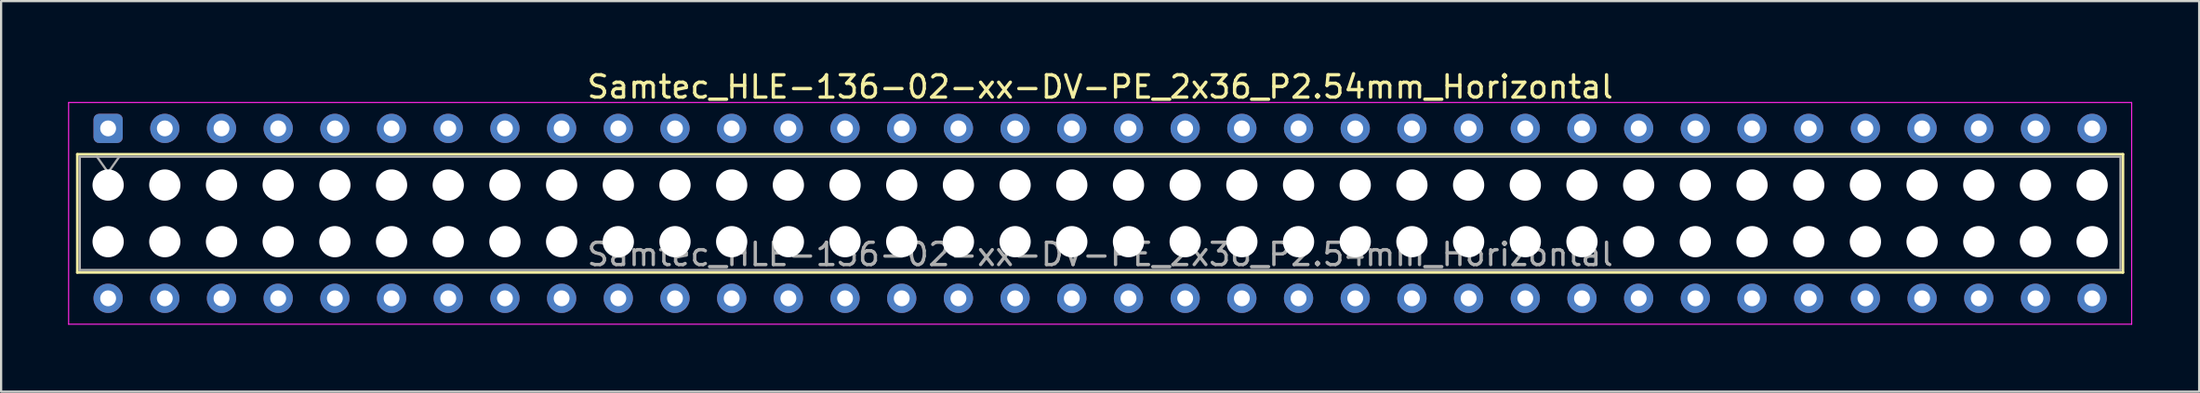
<source format=kicad_pcb>
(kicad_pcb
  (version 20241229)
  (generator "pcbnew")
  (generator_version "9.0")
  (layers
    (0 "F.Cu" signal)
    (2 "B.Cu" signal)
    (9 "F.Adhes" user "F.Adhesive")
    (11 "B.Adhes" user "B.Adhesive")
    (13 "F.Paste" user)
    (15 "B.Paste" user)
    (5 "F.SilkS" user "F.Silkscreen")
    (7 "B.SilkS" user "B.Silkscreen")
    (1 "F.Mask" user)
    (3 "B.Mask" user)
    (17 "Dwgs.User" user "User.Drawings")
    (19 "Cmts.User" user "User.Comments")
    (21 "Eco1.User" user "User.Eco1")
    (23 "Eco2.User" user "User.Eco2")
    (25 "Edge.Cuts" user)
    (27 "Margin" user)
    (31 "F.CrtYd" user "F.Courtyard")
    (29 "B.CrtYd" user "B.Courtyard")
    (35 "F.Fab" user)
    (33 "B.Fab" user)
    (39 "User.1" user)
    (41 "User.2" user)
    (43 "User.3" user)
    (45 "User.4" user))
  (footprint "Samtec_HLE-136-02-xx-DV-PE_2x36_P2.54mm_Horizontal"
    (layer "F.Cu")
    (at 1.795 2.708)
    (property "Reference" "Samtec_HLE-136-02-xx-DV-PE_2x36_P2.54mm_Horizontal" (at 44.45 -1.86 0) (layer "F.SilkS") (effects (font (size 1 1) (thickness 0.15))))
    (attr through_hole)
    (fp_line (start -1.38 1.16) (end 90.28 1.16) (stroke (width 0.12) (type solid)) (layer "F.SilkS"))
    (fp_line (start -1.38 6.46) (end -1.38 1.16) (stroke (width 0.12) (type solid)) (layer "F.SilkS"))
    (fp_line (start 90.28 1.16) (end 90.28 6.46) (stroke (width 0.12) (type solid)) (layer "F.SilkS"))
    (fp_line (start 90.28 6.46) (end -1.38 6.46) (stroke (width 0.12) (type solid)) (layer "F.SilkS"))
    (fp_line (start -1.77 -1.16) (end 90.67 -1.16) (stroke (width 0.05) (type solid)) (layer "F.CrtYd"))
    (fp_line (start -1.77 8.78) (end -1.77 -1.16) (stroke (width 0.05) (type solid)) (layer "F.CrtYd"))
    (fp_line (start 90.67 -1.16) (end 90.67 8.78) (stroke (width 0.05) (type solid)) (layer "F.CrtYd"))
    (fp_line (start 90.67 8.78) (end -1.77 8.78) (stroke (width 0.05) (type solid)) (layer "F.CrtYd"))
    (fp_line (start -1.27 1.27) (end 90.17 1.27) (stroke (width 0.1) (type solid)) (layer "F.Fab"))
    (fp_line (start -1.27 6.35) (end -1.27 1.27) (stroke (width 0.1) (type solid)) (layer "F.Fab"))
    (fp_line (start -0.5 1.27) (end 0 1.977) (stroke (width 0.1) (type solid)) (layer "F.Fab"))
    (fp_line (start 0 1.977) (end 0.5 1.27) (stroke (width 0.1) (type solid)) (layer "F.Fab"))
    (fp_line (start 90.17 1.27) (end 90.17 6.35) (stroke (width 0.1) (type solid)) (layer "F.Fab"))
    (fp_line (start 90.17 6.35) (end -1.27 6.35) (stroke (width 0.1) (type solid)) (layer "F.Fab"))
    (fp_text user "${REFERENCE}" (at 44.45 5.65 0) (layer "F.Fab") (effects (font (size 1 1) (thickness 0.15))))
    (pad "" np_thru_hole circle (at 0 2.54) (size 1.4 1.4) (drill 1.4) (layers "*.Cu" "*.Mask"))
    (pad "" np_thru_hole circle (at 0 5.08) (size 1.4 1.4) (drill 1.4) (layers "*.Cu" "*.Mask"))
    (pad "" np_thru_hole circle (at 2.54 2.54) (size 1.4 1.4) (drill 1.4) (layers "*.Cu" "*.Mask"))
    (pad "" np_thru_hole circle (at 2.54 5.08) (size 1.4 1.4) (drill 1.4) (layers "*.Cu" "*.Mask"))
    (pad "" np_thru_hole circle (at 5.08 2.54) (size 1.4 1.4) (drill 1.4) (layers "*.Cu" "*.Mask"))
    (pad "" np_thru_hole circle (at 5.08 5.08) (size 1.4 1.4) (drill 1.4) (layers "*.Cu" "*.Mask"))
    (pad "" np_thru_hole circle (at 7.62 2.54) (size 1.4 1.4) (drill 1.4) (layers "*.Cu" "*.Mask"))
    (pad "" np_thru_hole circle (at 7.62 5.08) (size 1.4 1.4) (drill 1.4) (layers "*.Cu" "*.Mask"))
    (pad "" np_thru_hole circle (at 10.16 2.54) (size 1.4 1.4) (drill 1.4) (layers "*.Cu" "*.Mask"))
    (pad "" np_thru_hole circle (at 10.16 5.08) (size 1.4 1.4) (drill 1.4) (layers "*.Cu" "*.Mask"))
    (pad "" np_thru_hole circle (at 12.7 2.54) (size 1.4 1.4) (drill 1.4) (layers "*.Cu" "*.Mask"))
    (pad "" np_thru_hole circle (at 12.7 5.08) (size 1.4 1.4) (drill 1.4) (layers "*.Cu" "*.Mask"))
    (pad "" np_thru_hole circle (at 15.24 2.54) (size 1.4 1.4) (drill 1.4) (layers "*.Cu" "*.Mask"))
    (pad "" np_thru_hole circle (at 15.24 5.08) (size 1.4 1.4) (drill 1.4) (layers "*.Cu" "*.Mask"))
    (pad "" np_thru_hole circle (at 17.78 2.54) (size 1.4 1.4) (drill 1.4) (layers "*.Cu" "*.Mask"))
    (pad "" np_thru_hole circle (at 17.78 5.08) (size 1.4 1.4) (drill 1.4) (layers "*.Cu" "*.Mask"))
    (pad "" np_thru_hole circle (at 20.32 2.54) (size 1.4 1.4) (drill 1.4) (layers "*.Cu" "*.Mask"))
    (pad "" np_thru_hole circle (at 20.32 5.08) (size 1.4 1.4) (drill 1.4) (layers "*.Cu" "*.Mask"))
    (pad "" np_thru_hole circle (at 22.86 2.54) (size 1.4 1.4) (drill 1.4) (layers "*.Cu" "*.Mask"))
    (pad "" np_thru_hole circle (at 22.86 5.08) (size 1.4 1.4) (drill 1.4) (layers "*.Cu" "*.Mask"))
    (pad "" np_thru_hole circle (at 25.4 2.54) (size 1.4 1.4) (drill 1.4) (layers "*.Cu" "*.Mask"))
    (pad "" np_thru_hole circle (at 25.4 5.08) (size 1.4 1.4) (drill 1.4) (layers "*.Cu" "*.Mask"))
    (pad "" np_thru_hole circle (at 27.94 2.54) (size 1.4 1.4) (drill 1.4) (layers "*.Cu" "*.Mask"))
    (pad "" np_thru_hole circle (at 27.94 5.08) (size 1.4 1.4) (drill 1.4) (layers "*.Cu" "*.Mask"))
    (pad "" np_thru_hole circle (at 30.48 2.54) (size 1.4 1.4) (drill 1.4) (layers "*.Cu" "*.Mask"))
    (pad "" np_thru_hole circle (at 30.48 5.08) (size 1.4 1.4) (drill 1.4) (layers "*.Cu" "*.Mask"))
    (pad "" np_thru_hole circle (at 33.02 2.54) (size 1.4 1.4) (drill 1.4) (layers "*.Cu" "*.Mask"))
    (pad "" np_thru_hole circle (at 33.02 5.08) (size 1.4 1.4) (drill 1.4) (layers "*.Cu" "*.Mask"))
    (pad "" np_thru_hole circle (at 35.56 2.54) (size 1.4 1.4) (drill 1.4) (layers "*.Cu" "*.Mask"))
    (pad "" np_thru_hole circle (at 35.56 5.08) (size 1.4 1.4) (drill 1.4) (layers "*.Cu" "*.Mask"))
    (pad "" np_thru_hole circle (at 38.1 2.54) (size 1.4 1.4) (drill 1.4) (layers "*.Cu" "*.Mask"))
    (pad "" np_thru_hole circle (at 38.1 5.08) (size 1.4 1.4) (drill 1.4) (layers "*.Cu" "*.Mask"))
    (pad "" np_thru_hole circle (at 40.64 2.54) (size 1.4 1.4) (drill 1.4) (layers "*.Cu" "*.Mask"))
    (pad "" np_thru_hole circle (at 40.64 5.08) (size 1.4 1.4) (drill 1.4) (layers "*.Cu" "*.Mask"))
    (pad "" np_thru_hole circle (at 43.18 2.54) (size 1.4 1.4) (drill 1.4) (layers "*.Cu" "*.Mask"))
    (pad "" np_thru_hole circle (at 43.18 5.08) (size 1.4 1.4) (drill 1.4) (layers "*.Cu" "*.Mask"))
    (pad "" np_thru_hole circle (at 45.72 2.54) (size 1.4 1.4) (drill 1.4) (layers "*.Cu" "*.Mask"))
    (pad "" np_thru_hole circle (at 45.72 5.08) (size 1.4 1.4) (drill 1.4) (layers "*.Cu" "*.Mask"))
    (pad "" np_thru_hole circle (at 48.26 2.54) (size 1.4 1.4) (drill 1.4) (layers "*.Cu" "*.Mask"))
    (pad "" np_thru_hole circle (at 48.26 5.08) (size 1.4 1.4) (drill 1.4) (layers "*.Cu" "*.Mask"))
    (pad "" np_thru_hole circle (at 50.8 2.54) (size 1.4 1.4) (drill 1.4) (layers "*.Cu" "*.Mask"))
    (pad "" np_thru_hole circle (at 50.8 5.08) (size 1.4 1.4) (drill 1.4) (layers "*.Cu" "*.Mask"))
    (pad "" np_thru_hole circle (at 53.34 2.54) (size 1.4 1.4) (drill 1.4) (layers "*.Cu" "*.Mask"))
    (pad "" np_thru_hole circle (at 53.34 5.08) (size 1.4 1.4) (drill 1.4) (layers "*.Cu" "*.Mask"))
    (pad "" np_thru_hole circle (at 55.88 2.54) (size 1.4 1.4) (drill 1.4) (layers "*.Cu" "*.Mask"))
    (pad "" np_thru_hole circle (at 55.88 5.08) (size 1.4 1.4) (drill 1.4) (layers "*.Cu" "*.Mask"))
    (pad "" np_thru_hole circle (at 58.42 2.54) (size 1.4 1.4) (drill 1.4) (layers "*.Cu" "*.Mask"))
    (pad "" np_thru_hole circle (at 58.42 5.08) (size 1.4 1.4) (drill 1.4) (layers "*.Cu" "*.Mask"))
    (pad "" np_thru_hole circle (at 60.96 2.54) (size 1.4 1.4) (drill 1.4) (layers "*.Cu" "*.Mask"))
    (pad "" np_thru_hole circle (at 60.96 5.08) (size 1.4 1.4) (drill 1.4) (layers "*.Cu" "*.Mask"))
    (pad "" np_thru_hole circle (at 63.5 2.54) (size 1.4 1.4) (drill 1.4) (layers "*.Cu" "*.Mask"))
    (pad "" np_thru_hole circle (at 63.5 5.08) (size 1.4 1.4) (drill 1.4) (layers "*.Cu" "*.Mask"))
    (pad "" np_thru_hole circle (at 66.04 2.54) (size 1.4 1.4) (drill 1.4) (layers "*.Cu" "*.Mask"))
    (pad "" np_thru_hole circle (at 66.04 5.08) (size 1.4 1.4) (drill 1.4) (layers "*.Cu" "*.Mask"))
    (pad "" np_thru_hole circle (at 68.58 2.54) (size 1.4 1.4) (drill 1.4) (layers "*.Cu" "*.Mask"))
    (pad "" np_thru_hole circle (at 68.58 5.08) (size 1.4 1.4) (drill 1.4) (layers "*.Cu" "*.Mask"))
    (pad "" np_thru_hole circle (at 71.12 2.54) (size 1.4 1.4) (drill 1.4) (layers "*.Cu" "*.Mask"))
    (pad "" np_thru_hole circle (at 71.12 5.08) (size 1.4 1.4) (drill 1.4) (layers "*.Cu" "*.Mask"))
    (pad "" np_thru_hole circle (at 73.66 2.54) (size 1.4 1.4) (drill 1.4) (layers "*.Cu" "*.Mask"))
    (pad "" np_thru_hole circle (at 73.66 5.08) (size 1.4 1.4) (drill 1.4) (layers "*.Cu" "*.Mask"))
    (pad "" np_thru_hole circle (at 76.2 2.54) (size 1.4 1.4) (drill 1.4) (layers "*.Cu" "*.Mask"))
    (pad "" np_thru_hole circle (at 76.2 5.08) (size 1.4 1.4) (drill 1.4) (layers "*.Cu" "*.Mask"))
    (pad "" np_thru_hole circle (at 78.74 2.54) (size 1.4 1.4) (drill 1.4) (layers "*.Cu" "*.Mask"))
    (pad "" np_thru_hole circle (at 78.74 5.08) (size 1.4 1.4) (drill 1.4) (layers "*.Cu" "*.Mask"))
    (pad "" np_thru_hole circle (at 81.28 2.54) (size 1.4 1.4) (drill 1.4) (layers "*.Cu" "*.Mask"))
    (pad "" np_thru_hole circle (at 81.28 5.08) (size 1.4 1.4) (drill 1.4) (layers "*.Cu" "*.Mask"))
    (pad "" np_thru_hole circle (at 83.82 2.54) (size 1.4 1.4) (drill 1.4) (layers "*.Cu" "*.Mask"))
    (pad "" np_thru_hole circle (at 83.82 5.08) (size 1.4 1.4) (drill 1.4) (layers "*.Cu" "*.Mask"))
    (pad "" np_thru_hole circle (at 86.36 2.54) (size 1.4 1.4) (drill 1.4) (layers "*.Cu" "*.Mask"))
    (pad "" np_thru_hole circle (at 86.36 5.08) (size 1.4 1.4) (drill 1.4) (layers "*.Cu" "*.Mask"))
    (pad "" np_thru_hole circle (at 88.9 2.54) (size 1.4 1.4) (drill 1.4) (layers "*.Cu" "*.Mask"))
    (pad "" np_thru_hole circle (at 88.9 5.08) (size 1.4 1.4) (drill 1.4) (layers "*.Cu" "*.Mask"))
    (pad "1" thru_hole roundrect (at 0 0) (size 1.31 1.31) (drill 0.71) (layers "*.Cu" "*.Mask") (roundrect_rratio 0.191))
    (pad "2" thru_hole circle (at 0 7.62) (size 1.31 1.31) (drill 0.71) (layers "*.Cu" "*.Mask"))
    (pad "3" thru_hole circle (at 2.54 0) (size 1.31 1.31) (drill 0.71) (layers "*.Cu" "*.Mask"))
    (pad "4" thru_hole circle (at 2.54 7.62) (size 1.31 1.31) (drill 0.71) (layers "*.Cu" "*.Mask"))
    (pad "5" thru_hole circle (at 5.08 0) (size 1.31 1.31) (drill 0.71) (layers "*.Cu" "*.Mask"))
    (pad "6" thru_hole circle (at 5.08 7.62) (size 1.31 1.31) (drill 0.71) (layers "*.Cu" "*.Mask"))
    (pad "7" thru_hole circle (at 7.62 0) (size 1.31 1.31) (drill 0.71) (layers "*.Cu" "*.Mask"))
    (pad "8" thru_hole circle (at 7.62 7.62) (size 1.31 1.31) (drill 0.71) (layers "*.Cu" "*.Mask"))
    (pad "9" thru_hole circle (at 10.16 0) (size 1.31 1.31) (drill 0.71) (layers "*.Cu" "*.Mask"))
    (pad "10" thru_hole circle (at 10.16 7.62) (size 1.31 1.31) (drill 0.71) (layers "*.Cu" "*.Mask"))
    (pad "11" thru_hole circle (at 12.7 0) (size 1.31 1.31) (drill 0.71) (layers "*.Cu" "*.Mask"))
    (pad "12" thru_hole circle (at 12.7 7.62) (size 1.31 1.31) (drill 0.71) (layers "*.Cu" "*.Mask"))
    (pad "13" thru_hole circle (at 15.24 0) (size 1.31 1.31) (drill 0.71) (layers "*.Cu" "*.Mask"))
    (pad "14" thru_hole circle (at 15.24 7.62) (size 1.31 1.31) (drill 0.71) (layers "*.Cu" "*.Mask"))
    (pad "15" thru_hole circle (at 17.78 0) (size 1.31 1.31) (drill 0.71) (layers "*.Cu" "*.Mask"))
    (pad "16" thru_hole circle (at 17.78 7.62) (size 1.31 1.31) (drill 0.71) (layers "*.Cu" "*.Mask"))
    (pad "17" thru_hole circle (at 20.32 0) (size 1.31 1.31) (drill 0.71) (layers "*.Cu" "*.Mask"))
    (pad "18" thru_hole circle (at 20.32 7.62) (size 1.31 1.31) (drill 0.71) (layers "*.Cu" "*.Mask"))
    (pad "19" thru_hole circle (at 22.86 0) (size 1.31 1.31) (drill 0.71) (layers "*.Cu" "*.Mask"))
    (pad "20" thru_hole circle (at 22.86 7.62) (size 1.31 1.31) (drill 0.71) (layers "*.Cu" "*.Mask"))
    (pad "21" thru_hole circle (at 25.4 0) (size 1.31 1.31) (drill 0.71) (layers "*.Cu" "*.Mask"))
    (pad "22" thru_hole circle (at 25.4 7.62) (size 1.31 1.31) (drill 0.71) (layers "*.Cu" "*.Mask"))
    (pad "23" thru_hole circle (at 27.94 0) (size 1.31 1.31) (drill 0.71) (layers "*.Cu" "*.Mask"))
    (pad "24" thru_hole circle (at 27.94 7.62) (size 1.31 1.31) (drill 0.71) (layers "*.Cu" "*.Mask"))
    (pad "25" thru_hole circle (at 30.48 0) (size 1.31 1.31) (drill 0.71) (layers "*.Cu" "*.Mask"))
    (pad "26" thru_hole circle (at 30.48 7.62) (size 1.31 1.31) (drill 0.71) (layers "*.Cu" "*.Mask"))
    (pad "27" thru_hole circle (at 33.02 0) (size 1.31 1.31) (drill 0.71) (layers "*.Cu" "*.Mask"))
    (pad "28" thru_hole circle (at 33.02 7.62) (size 1.31 1.31) (drill 0.71) (layers "*.Cu" "*.Mask"))
    (pad "29" thru_hole circle (at 35.56 0) (size 1.31 1.31) (drill 0.71) (layers "*.Cu" "*.Mask"))
    (pad "30" thru_hole circle (at 35.56 7.62) (size 1.31 1.31) (drill 0.71) (layers "*.Cu" "*.Mask"))
    (pad "31" thru_hole circle (at 38.1 0) (size 1.31 1.31) (drill 0.71) (layers "*.Cu" "*.Mask"))
    (pad "32" thru_hole circle (at 38.1 7.62) (size 1.31 1.31) (drill 0.71) (layers "*.Cu" "*.Mask"))
    (pad "33" thru_hole circle (at 40.64 0) (size 1.31 1.31) (drill 0.71) (layers "*.Cu" "*.Mask"))
    (pad "34" thru_hole circle (at 40.64 7.62) (size 1.31 1.31) (drill 0.71) (layers "*.Cu" "*.Mask"))
    (pad "35" thru_hole circle (at 43.18 0) (size 1.31 1.31) (drill 0.71) (layers "*.Cu" "*.Mask"))
    (pad "36" thru_hole circle (at 43.18 7.62) (size 1.31 1.31) (drill 0.71) (layers "*.Cu" "*.Mask"))
    (pad "37" thru_hole circle (at 45.72 0) (size 1.31 1.31) (drill 0.71) (layers "*.Cu" "*.Mask"))
    (pad "38" thru_hole circle (at 45.72 7.62) (size 1.31 1.31) (drill 0.71) (layers "*.Cu" "*.Mask"))
    (pad "39" thru_hole circle (at 48.26 0) (size 1.31 1.31) (drill 0.71) (layers "*.Cu" "*.Mask"))
    (pad "40" thru_hole circle (at 48.26 7.62) (size 1.31 1.31) (drill 0.71) (layers "*.Cu" "*.Mask"))
    (pad "41" thru_hole circle (at 50.8 0) (size 1.31 1.31) (drill 0.71) (layers "*.Cu" "*.Mask"))
    (pad "42" thru_hole circle (at 50.8 7.62) (size 1.31 1.31) (drill 0.71) (layers "*.Cu" "*.Mask"))
    (pad "43" thru_hole circle (at 53.34 0) (size 1.31 1.31) (drill 0.71) (layers "*.Cu" "*.Mask"))
    (pad "44" thru_hole circle (at 53.34 7.62) (size 1.31 1.31) (drill 0.71) (layers "*.Cu" "*.Mask"))
    (pad "45" thru_hole circle (at 55.88 0) (size 1.31 1.31) (drill 0.71) (layers "*.Cu" "*.Mask"))
    (pad "46" thru_hole circle (at 55.88 7.62) (size 1.31 1.31) (drill 0.71) (layers "*.Cu" "*.Mask"))
    (pad "47" thru_hole circle (at 58.42 0) (size 1.31 1.31) (drill 0.71) (layers "*.Cu" "*.Mask"))
    (pad "48" thru_hole circle (at 58.42 7.62) (size 1.31 1.31) (drill 0.71) (layers "*.Cu" "*.Mask"))
    (pad "49" thru_hole circle (at 60.96 0) (size 1.31 1.31) (drill 0.71) (layers "*.Cu" "*.Mask"))
    (pad "50" thru_hole circle (at 60.96 7.62) (size 1.31 1.31) (drill 0.71) (layers "*.Cu" "*.Mask"))
    (pad "51" thru_hole circle (at 63.5 0) (size 1.31 1.31) (drill 0.71) (layers "*.Cu" "*.Mask"))
    (pad "52" thru_hole circle (at 63.5 7.62) (size 1.31 1.31) (drill 0.71) (layers "*.Cu" "*.Mask"))
    (pad "53" thru_hole circle (at 66.04 0) (size 1.31 1.31) (drill 0.71) (layers "*.Cu" "*.Mask"))
    (pad "54" thru_hole circle (at 66.04 7.62) (size 1.31 1.31) (drill 0.71) (layers "*.Cu" "*.Mask"))
    (pad "55" thru_hole circle (at 68.58 0) (size 1.31 1.31) (drill 0.71) (layers "*.Cu" "*.Mask"))
    (pad "56" thru_hole circle (at 68.58 7.62) (size 1.31 1.31) (drill 0.71) (layers "*.Cu" "*.Mask"))
    (pad "57" thru_hole circle (at 71.12 0) (size 1.31 1.31) (drill 0.71) (layers "*.Cu" "*.Mask"))
    (pad "58" thru_hole circle (at 71.12 7.62) (size 1.31 1.31) (drill 0.71) (layers "*.Cu" "*.Mask"))
    (pad "59" thru_hole circle (at 73.66 0) (size 1.31 1.31) (drill 0.71) (layers "*.Cu" "*.Mask"))
    (pad "60" thru_hole circle (at 73.66 7.62) (size 1.31 1.31) (drill 0.71) (layers "*.Cu" "*.Mask"))
    (pad "61" thru_hole circle (at 76.2 0) (size 1.31 1.31) (drill 0.71) (layers "*.Cu" "*.Mask"))
    (pad "62" thru_hole circle (at 76.2 7.62) (size 1.31 1.31) (drill 0.71) (layers "*.Cu" "*.Mask"))
    (pad "63" thru_hole circle (at 78.74 0) (size 1.31 1.31) (drill 0.71) (layers "*.Cu" "*.Mask"))
    (pad "64" thru_hole circle (at 78.74 7.62) (size 1.31 1.31) (drill 0.71) (layers "*.Cu" "*.Mask"))
    (pad "65" thru_hole circle (at 81.28 0) (size 1.31 1.31) (drill 0.71) (layers "*.Cu" "*.Mask"))
    (pad "66" thru_hole circle (at 81.28 7.62) (size 1.31 1.31) (drill 0.71) (layers "*.Cu" "*.Mask"))
    (pad "67" thru_hole circle (at 83.82 0) (size 1.31 1.31) (drill 0.71) (layers "*.Cu" "*.Mask"))
    (pad "68" thru_hole circle (at 83.82 7.62) (size 1.31 1.31) (drill 0.71) (layers "*.Cu" "*.Mask"))
    (pad "69" thru_hole circle (at 86.36 0) (size 1.31 1.31) (drill 0.71) (layers "*.Cu" "*.Mask"))
    (pad "70" thru_hole circle (at 86.36 7.62) (size 1.31 1.31) (drill 0.71) (layers "*.Cu" "*.Mask"))
    (pad "71" thru_hole circle (at 88.9 0) (size 1.31 1.31) (drill 0.71) (layers "*.Cu" "*.Mask"))
    (pad "72" thru_hole circle (at 88.9 7.62) (size 1.31 1.31) (drill 0.71) (layers "*.Cu" "*.Mask")))
  (gr_rect
    (start -3 -3)
    (end 95.49 14.513)
    (stroke (width 0.1) (type default))
    (fill no)
    (layer "Edge.Cuts")))
</source>
